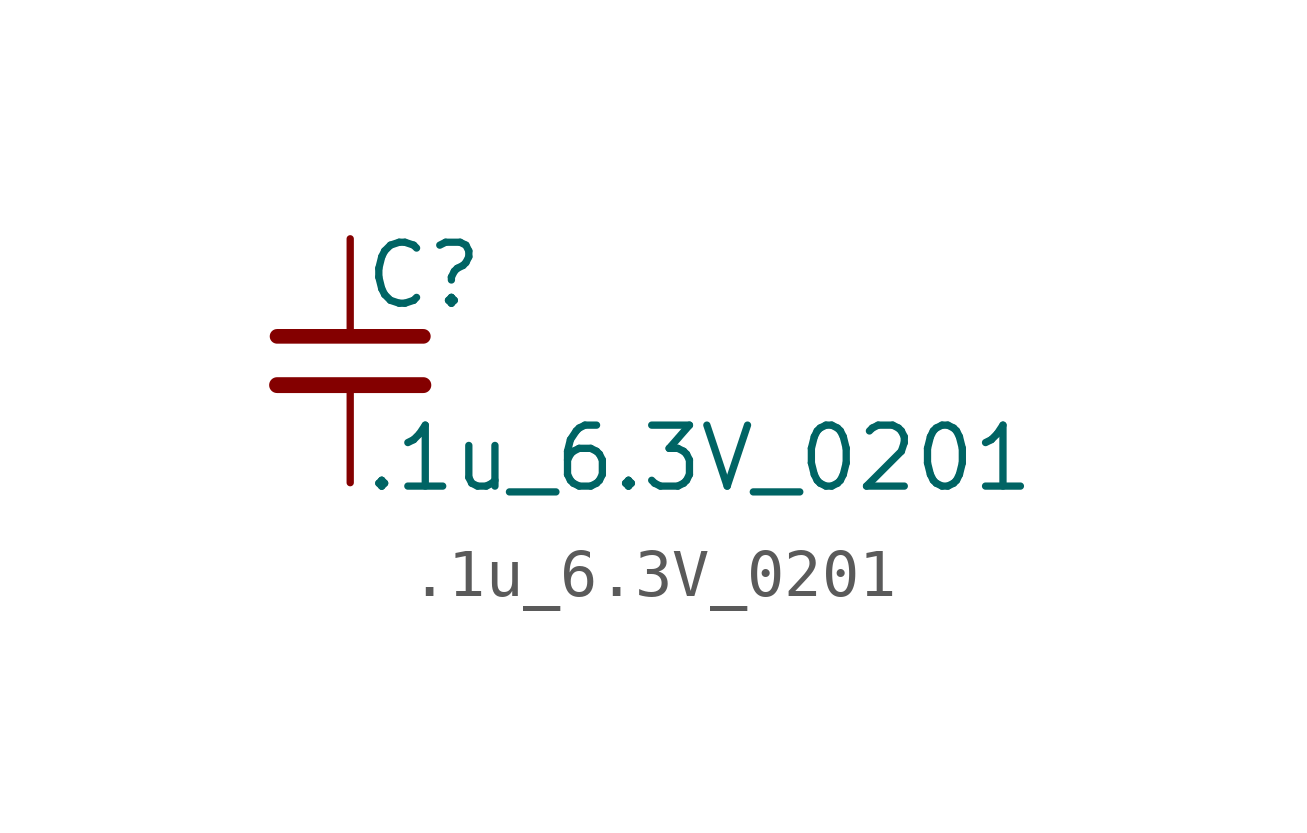
<source format=kicad_sym>
(kicad_symbol_lib
  (version 20220914)
  (generator kicad_symbol_editor)
  (symbol ".1u_6.3V_0201"
    (pin_numbers hide)
    (pin_names
      (offset 0.254) hide)
    (property "Reference" "C"
      (at 0.254 1.778 0)
      (effects (font (size 1.27 1.27)) (justify left)))
    (property "Value" ".1u_6.3V_0201"
      (at 0.254 -2.032 0)
      (effects (font (size 1.27 1.27)) (justify left)))
    (symbol ".1u_6.3V_0201_0_1"
      (polyline (pts (xy -1.524 -0.508) (xy 1.524 -0.508)) (stroke (width 0.33) (type default)) (fill (type none)))
      (polyline (pts (xy -1.524 0.508) (xy 1.524 0.508)) (stroke (width 0.305) (type default)) (fill (type none))))
    (symbol ".1u_6.3V_0201_1_1"
      (pin passive line (at 0 2.54 270) (length 2.032) (name "~" (effects (font (size 1.27 1.27)))) (number "1" (effects (font (size 1.27 1.27)))))
      (pin passive line (at 0 -2.54 90) (length 2.032) (name "~" (effects (font (size 1.27 1.27)))) (number "2" (effects (font (size 1.27 1.27))))))))
</source>
